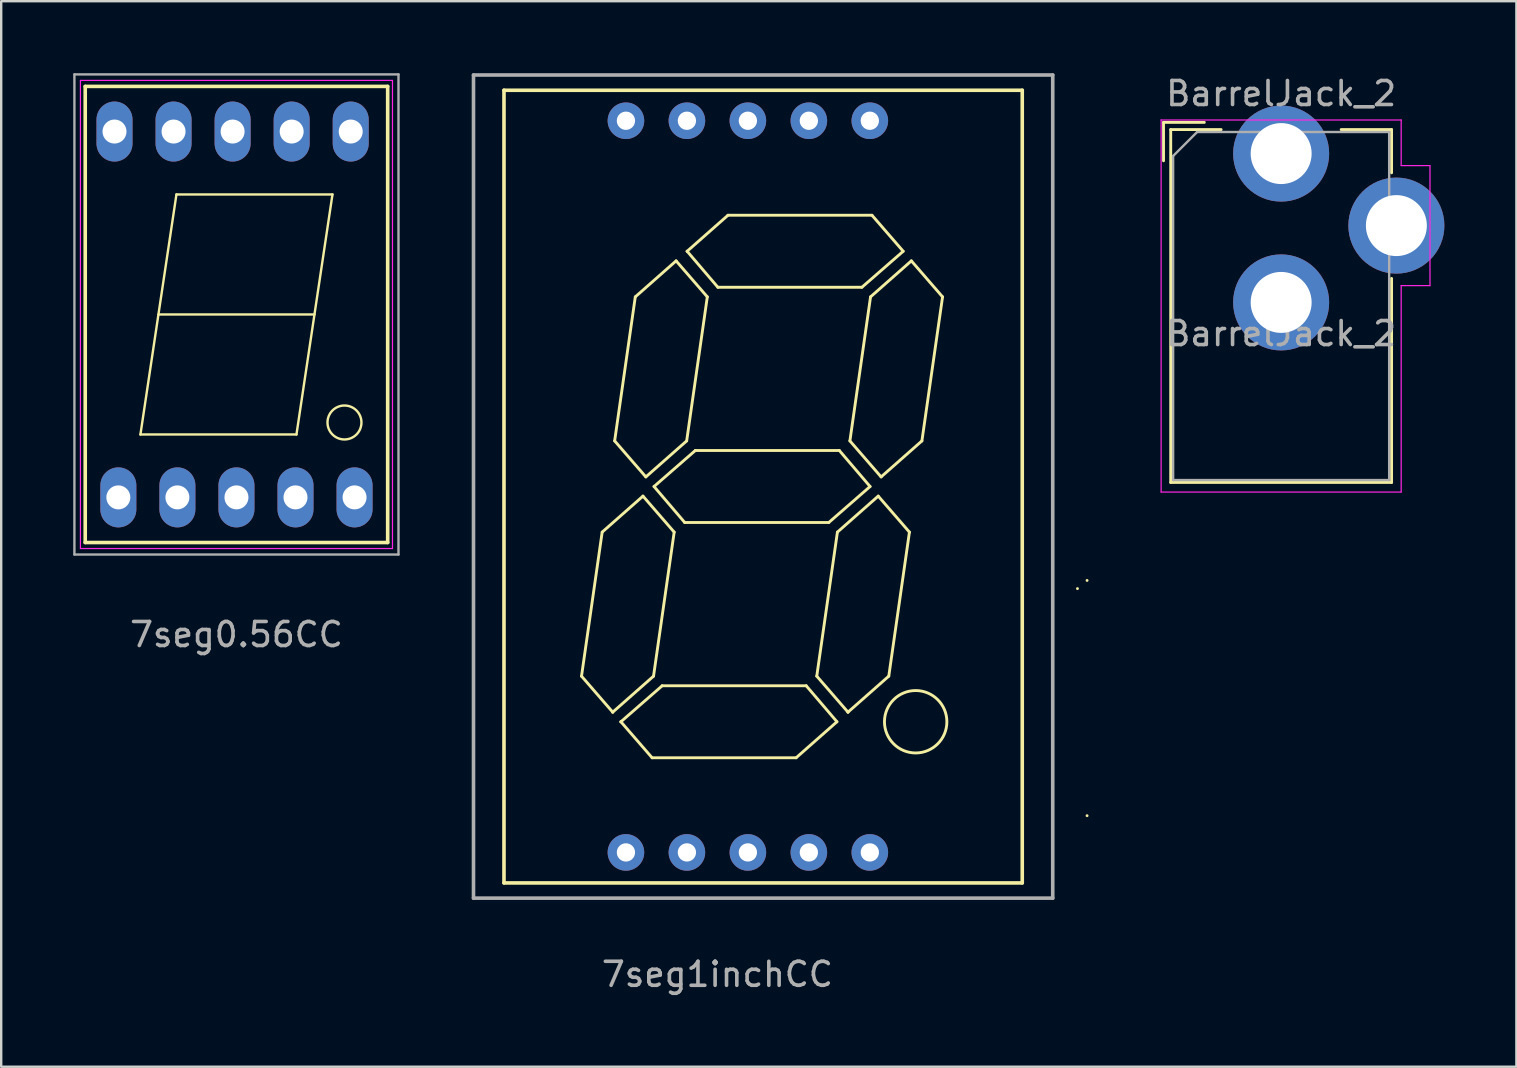
<source format=kicad_pcb>
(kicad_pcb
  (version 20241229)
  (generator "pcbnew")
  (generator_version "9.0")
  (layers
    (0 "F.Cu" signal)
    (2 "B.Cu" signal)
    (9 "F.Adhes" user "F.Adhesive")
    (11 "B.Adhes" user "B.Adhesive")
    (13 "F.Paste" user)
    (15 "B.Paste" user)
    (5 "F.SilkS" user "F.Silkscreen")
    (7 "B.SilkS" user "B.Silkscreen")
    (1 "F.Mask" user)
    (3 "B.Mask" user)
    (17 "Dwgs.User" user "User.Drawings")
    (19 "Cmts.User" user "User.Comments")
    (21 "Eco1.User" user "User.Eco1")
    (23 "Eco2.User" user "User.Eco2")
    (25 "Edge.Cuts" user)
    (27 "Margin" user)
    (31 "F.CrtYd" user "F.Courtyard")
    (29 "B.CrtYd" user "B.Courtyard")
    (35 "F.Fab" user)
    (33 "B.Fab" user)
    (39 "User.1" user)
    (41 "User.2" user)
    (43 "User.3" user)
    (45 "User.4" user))
  (footprint "BarrelJack_2"
    (layer "F.Cu")
    (at 50.32 3.348)
    (property "Reference" "BarrelJack_2" (at 0 -2.5 0) (layer "F.Fab") (effects (font (size 1 1) (thickness 0.15))))
    (attr through_hole)
    (fp_line (start -4.9 -1.3) (end -4.9 0.3) (stroke (width 0.12) (type solid)) (layer "F.SilkS"))
    (fp_line (start -4.6 -1) (end -2.5 -1) (stroke (width 0.12) (type solid)) (layer "F.SilkS"))
    (fp_line (start -4.6 13.7) (end -4.6 -1) (stroke (width 0.12) (type solid)) (layer "F.SilkS"))
    (fp_line (start -3.2 -1.3) (end -4.9 -1.3) (stroke (width 0.12) (type solid)) (layer "F.SilkS"))
    (fp_line (start 2.5 -1) (end 4.6 -1) (stroke (width 0.12) (type solid)) (layer "F.SilkS"))
    (fp_line (start 4.6 -1) (end 4.6 0.8) (stroke (width 0.12) (type solid)) (layer "F.SilkS"))
    (fp_line (start 4.6 5.2) (end 4.6 13.7) (stroke (width 0.12) (type solid)) (layer "F.SilkS"))
    (fp_line (start 4.6 13.7) (end -4.6 13.7) (stroke (width 0.12) (type solid)) (layer "F.SilkS"))
    (fp_line (start -5 -1.4) (end -5 14.1) (stroke (width 0.05) (type solid)) (layer "F.CrtYd"))
    (fp_line (start -5 14.1) (end 5 14.1) (stroke (width 0.05) (type solid)) (layer "F.CrtYd"))
    (fp_line (start 5 -1.4) (end -5 -1.4) (stroke (width 0.05) (type solid)) (layer "F.CrtYd"))
    (fp_line (start 5 0.5) (end 5 -1.4) (stroke (width 0.05) (type solid)) (layer "F.CrtYd"))
    (fp_line (start 5 14.1) (end 5 5.5) (stroke (width 0.05) (type solid)) (layer "F.CrtYd"))
    (fp_line (start 6.2 0.5) (end 5 0.5) (stroke (width 0.05) (type solid)) (layer "F.CrtYd"))
    (fp_line (start 6.2 0.5) (end 6.2 5.5) (stroke (width 0.05) (type solid)) (layer "F.CrtYd"))
    (fp_line (start 6.2 5.5) (end 5 5.5) (stroke (width 0.05) (type solid)) (layer "F.CrtYd"))
    (fp_line (start -4.5 0.1) (end -3.5 -0.9) (stroke (width 0.1) (type solid)) (layer "F.Fab"))
    (fp_line (start -4.5 13.6) (end -4.5 0.1) (stroke (width 0.1) (type solid)) (layer "F.Fab"))
    (fp_line (start 4.5 -0.9) (end -3.5 -0.9) (stroke (width 0.1) (type solid)) (layer "F.Fab"))
    (fp_line (start 4.5 -0.9) (end 4.5 13.6) (stroke (width 0.1) (type solid)) (layer "F.Fab"))
    (fp_line (start 4.5 13.6) (end -4.5 13.6) (stroke (width 0.1) (type solid)) (layer "F.Fab"))
    (fp_text user "${REFERENCE}" (at 0 7.5 0) (layer "F.Fab") (effects (font (size 1 1) (thickness 0.15))))
    (pad "1" thru_hole circle (at 0 0) (size 4 4) (drill 2.54) (layers "*.Cu" "*.Mask"))
    (pad "2" thru_hole circle (at 0 6.2) (size 4 4) (drill 2.54) (layers "*.Cu" "*.Mask"))
    (pad "3" thru_hole circle (at 4.8 3) (size 4 4) (drill 2.54) (layers "*.Cu" "*.Mask")))
  (footprint "7seg1inchCC"
    (layer "F.Cu")
    (at 26.835 17.22)
    (property "Reference" "7seg1inchCC" (at 0 20.32 0) (layer "F.Fab") (effects (font (size 1 1) (thickness 0.15))))
    (attr through_hole)
    (fp_line (start -8.89 -16.51) (end 12.7 -16.51) (stroke (width 0.15) (type solid)) (layer "F.SilkS"))
    (fp_line (start -8.89 16.51) (end -8.89 -16.51) (stroke (width 0.15) (type solid)) (layer "F.SilkS"))
    (fp_line (start -5.66 7.897) (end -4.36 9.397) (stroke (width 0.12) (type solid)) (layer "F.SilkS"))
    (fp_line (start -4.8 1.897) (end -5.66 7.897) (stroke (width 0.12) (type solid)) (layer "F.SilkS"))
    (fp_line (start -4.36 9.397) (end -4.36 9.397) (stroke (width 0.12) (type solid)) (layer "F.SilkS"))
    (fp_line (start -4.36 9.397) (end -2.66 7.897) (stroke (width 0.12) (type solid)) (layer "F.SilkS"))
    (fp_line (start -4.28 -1.903) (end -2.98 -0.403) (stroke (width 0.12) (type solid)) (layer "F.SilkS"))
    (fp_line (start -4.02 9.797) (end -4.02 9.797) (stroke (width 0.12) (type solid)) (layer "F.SilkS"))
    (fp_line (start -4.02 9.797) (end -2.3 8.297) (stroke (width 0.12) (type solid)) (layer "F.SilkS"))
    (fp_line (start -3.42 -7.903) (end -4.28 -1.903) (stroke (width 0.12) (type solid)) (layer "F.SilkS"))
    (fp_line (start -3.1 0.397) (end -4.8 1.897) (stroke (width 0.12) (type solid)) (layer "F.SilkS"))
    (fp_line (start -2.98 -0.403) (end -1.28 -1.903) (stroke (width 0.12) (type solid)) (layer "F.SilkS"))
    (fp_line (start -2.72 11.297) (end -4.02 9.797) (stroke (width 0.12) (type solid)) (layer "F.SilkS"))
    (fp_line (start -2.66 7.897) (end -1.8 1.897) (stroke (width 0.12) (type solid)) (layer "F.SilkS"))
    (fp_line (start -2.64 -0.003) (end -0.92 -1.503) (stroke (width 0.12) (type solid)) (layer "F.SilkS"))
    (fp_line (start -2.3 8.297) (end 3.7 8.297) (stroke (width 0.12) (type solid)) (layer "F.SilkS"))
    (fp_line (start -1.8 1.897) (end -3.1 0.397) (stroke (width 0.12) (type solid)) (layer "F.SilkS"))
    (fp_line (start -1.72 -9.403) (end -3.42 -7.903) (stroke (width 0.12) (type solid)) (layer "F.SilkS"))
    (fp_line (start -1.36 1.497) (end -2.64 -0.003) (stroke (width 0.12) (type solid)) (layer "F.SilkS"))
    (fp_line (start -1.28 -1.903) (end -0.42 -7.903) (stroke (width 0.12) (type solid)) (layer "F.SilkS"))
    (fp_line (start -1.26 -9.803) (end -1.26 -9.803) (stroke (width 0.12) (type solid)) (layer "F.SilkS"))
    (fp_line (start -1.26 -9.803) (end 0.44 -11.303) (stroke (width 0.12) (type solid)) (layer "F.SilkS"))
    (fp_line (start -0.92 -1.503) (end 5.08 -1.503) (stroke (width 0.12) (type solid)) (layer "F.SilkS"))
    (fp_line (start -0.42 -7.903) (end -1.72 -9.403) (stroke (width 0.12) (type solid)) (layer "F.SilkS"))
    (fp_line (start 0.02 -8.303) (end -1.26 -9.803) (stroke (width 0.12) (type solid)) (layer "F.SilkS"))
    (fp_line (start 0.44 -11.303) (end 6.44 -11.303) (stroke (width 0.12) (type solid)) (layer "F.SilkS"))
    (fp_line (start 3.28 11.297) (end -2.72 11.297) (stroke (width 0.12) (type solid)) (layer "F.SilkS"))
    (fp_line (start 3.7 8.297) (end 4.98 9.797) (stroke (width 0.12) (type solid)) (layer "F.SilkS"))
    (fp_line (start 4.14 7.897) (end 5.44 9.397) (stroke (width 0.12) (type solid)) (layer "F.SilkS"))
    (fp_line (start 4.64 1.497) (end -1.36 1.497) (stroke (width 0.12) (type solid)) (layer "F.SilkS"))
    (fp_line (start 4.98 9.797) (end 3.28 11.297) (stroke (width 0.12) (type solid)) (layer "F.SilkS"))
    (fp_line (start 5 1.897) (end 4.14 7.897) (stroke (width 0.12) (type solid)) (layer "F.SilkS"))
    (fp_line (start 5.08 -1.503) (end 6.36 -0.003) (stroke (width 0.12) (type solid)) (layer "F.SilkS"))
    (fp_line (start 5.44 9.397) (end 5.44 9.397) (stroke (width 0.12) (type solid)) (layer "F.SilkS"))
    (fp_line (start 5.44 9.397) (end 7.14 7.897) (stroke (width 0.12) (type solid)) (layer "F.SilkS"))
    (fp_line (start 5.52 -1.903) (end 6.82 -0.403) (stroke (width 0.12) (type solid)) (layer "F.SilkS"))
    (fp_line (start 6.02 -8.303) (end 0.02 -8.303) (stroke (width 0.12) (type solid)) (layer "F.SilkS"))
    (fp_line (start 6.36 -0.003) (end 4.64 1.497) (stroke (width 0.12) (type solid)) (layer "F.SilkS"))
    (fp_line (start 6.38 -7.903) (end 5.52 -1.903) (stroke (width 0.12) (type solid)) (layer "F.SilkS"))
    (fp_line (start 6.44 -11.303) (end 7.74 -9.803) (stroke (width 0.12) (type solid)) (layer "F.SilkS"))
    (fp_line (start 6.7 0.397) (end 5 1.897) (stroke (width 0.12) (type solid)) (layer "F.SilkS"))
    (fp_line (start 6.82 -0.403) (end 8.52 -1.903) (stroke (width 0.12) (type solid)) (layer "F.SilkS"))
    (fp_line (start 7.14 7.897) (end 8 1.897) (stroke (width 0.12) (type solid)) (layer "F.SilkS"))
    (fp_line (start 7.74 -9.803) (end 6.02 -8.303) (stroke (width 0.12) (type solid)) (layer "F.SilkS"))
    (fp_line (start 8 1.897) (end 6.7 0.397) (stroke (width 0.12) (type solid)) (layer "F.SilkS"))
    (fp_line (start 8.08 -9.403) (end 6.38 -7.903) (stroke (width 0.12) (type solid)) (layer "F.SilkS"))
    (fp_line (start 8.52 -1.903) (end 9.38 -7.903) (stroke (width 0.12) (type solid)) (layer "F.SilkS"))
    (fp_line (start 9.38 -7.903) (end 8.08 -9.403) (stroke (width 0.12) (type solid)) (layer "F.SilkS"))
    (fp_line (start 12.7 -16.51) (end 12.7 16.51) (stroke (width 0.15) (type solid)) (layer "F.SilkS"))
    (fp_line (start 12.7 16.51) (end -8.89 16.51) (stroke (width 0.15) (type solid)) (layer "F.SilkS"))
    (fp_line (start 15 4.25) (end 15 4.25) (stroke (width 0.12) (type solid)) (layer "F.SilkS"))
    (fp_line (start 15.4 3.91) (end 15.4 3.91) (stroke (width 0.12) (type solid)) (layer "F.SilkS"))
    (fp_line (start 15.4 13.71) (end 15.4 13.71) (stroke (width 0.12) (type solid)) (layer "F.SilkS"))
    (fp_circle (center 8.26 9.797) (end 8.26 8.497) (stroke (width 0.12) (type solid)) (fill no) (layer "F.SilkS"))
    (fp_line (start -10.16 -17.145) (end 13.97 -17.145) (stroke (width 0.15) (type solid)) (layer "F.Fab"))
    (fp_line (start -10.16 17.145) (end -10.16 -17.145) (stroke (width 0.15) (type solid)) (layer "F.Fab"))
    (fp_line (start 13.97 -17.145) (end 13.97 17.145) (stroke (width 0.15) (type solid)) (layer "F.Fab"))
    (fp_line (start 13.97 17.145) (end -10.16 17.145) (stroke (width 0.15) (type solid)) (layer "F.Fab"))
    (pad "1" thru_hole circle (at -3.81 15.24 180) (size 1.524 1.524) (drill 0.762) (layers "*.Cu" "*.Mask"))
    (pad "2" thru_hole circle (at -1.27 15.24 180) (size 1.524 1.524) (drill 0.762) (layers "*.Cu" "*.Mask"))
    (pad "3" thru_hole circle (at 1.27 15.24 180) (size 1.524 1.524) (drill 0.762) (layers "*.Cu" "*.Mask"))
    (pad "4" thru_hole circle (at 3.81 15.24 180) (size 1.524 1.524) (drill 0.762) (layers "*.Cu" "*.Mask"))
    (pad "5" thru_hole circle (at 6.35 15.24 180) (size 1.524 1.524) (drill 0.762) (layers "*.Cu" "*.Mask"))
    (pad "6" thru_hole circle (at 6.35 -15.24 180) (size 1.524 1.524) (drill 0.762) (layers "*.Cu" "*.Mask"))
    (pad "7" thru_hole circle (at 3.81 -15.24 180) (size 1.524 1.524) (drill 0.762) (layers "*.Cu" "*.Mask"))
    (pad "8" thru_hole circle (at 1.27 -15.24 180) (size 1.524 1.524) (drill 0.762) (layers "*.Cu" "*.Mask"))
    (pad "9" thru_hole circle (at -1.27 -15.24 180) (size 1.524 1.524) (drill 0.762) (layers "*.Cu" "*.Mask"))
    (pad "10" thru_hole circle (at -3.81 -15.24 180) (size 1.524 1.524) (drill 0.762) (layers "*.Cu" "*.Mask")))
  (footprint "7seg0.56CC"
    (layer "F.Cu")
    (at 6.8 10.05)
    (property "Reference" "7seg0.56CC" (at 0 13.335 0) (layer "F.Fab") (effects (font (size 1 1) (thickness 0.15))))
    (attr through_hole)
    (fp_line (start -6.3 -9.5) (end 6.3 -9.5) (stroke (width 0.15) (type solid)) (layer "F.SilkS"))
    (fp_line (start -6.3 9.5) (end -6.3 -9.5) (stroke (width 0.15) (type solid)) (layer "F.SilkS"))
    (fp_line (start -3.25 0) (end 3.25 0) (stroke (width 0.1) (type default)) (layer "F.SilkS"))
    (fp_line (start -2.5 -5) (end -4 5) (stroke (width 0.1) (type default)) (layer "F.SilkS"))
    (fp_line (start -2.5 -5) (end 4 -5) (stroke (width 0.1) (type default)) (layer "F.SilkS"))
    (fp_line (start 2.5 5) (end -4 5) (stroke (width 0.1) (type default)) (layer "F.SilkS"))
    (fp_line (start 4 -5) (end 2.5 5) (stroke (width 0.1) (type default)) (layer "F.SilkS"))
    (fp_line (start 6.3 -9.5) (end 6.3 9.5) (stroke (width 0.15) (type solid)) (layer "F.SilkS"))
    (fp_line (start 6.3 9.5) (end -6.3 9.5) (stroke (width 0.15) (type solid)) (layer "F.SilkS"))
    (fp_circle (center 4.5 4.5) (end 5 5) (stroke (width 0.1) (type default)) (fill no) (layer "F.SilkS"))
    (fp_line (start -6.5 -9.75) (end 6.5 -9.75) (stroke (width 0.05) (type default)) (layer "F.CrtYd"))
    (fp_line (start -6.5 9.75) (end -6.5 -9.75) (stroke (width 0.05) (type default)) (layer "F.CrtYd"))
    (fp_line (start 6.5 -9.75) (end 6.5 9.75) (stroke (width 0.05) (type default)) (layer "F.CrtYd"))
    (fp_line (start 6.5 9.75) (end -6.5 9.75) (stroke (width 0.05) (type default)) (layer "F.CrtYd"))
    (fp_line (start -6.75 -10) (end 6.75 -10) (stroke (width 0.1) (type default)) (layer "F.Fab"))
    (fp_line (start -6.75 10) (end -6.75 -10) (stroke (width 0.1) (type default)) (layer "F.Fab"))
    (fp_line (start 6.75 -10) (end 6.75 10) (stroke (width 0.1) (type default)) (layer "F.Fab"))
    (fp_line (start 6.75 10) (end -6.75 10) (stroke (width 0.1) (type default)) (layer "F.Fab"))
    (pad "1" thru_hole oval (at -4.92 7.62 180) (size 1.5 2.5) (drill 1) (layers "*.Cu" "*.Mask"))
    (pad "2" thru_hole oval (at -2.46 7.62 180) (size 1.5 2.5) (drill 1) (layers "*.Cu" "*.Mask"))
    (pad "3" thru_hole oval (at 0 7.62 180) (size 1.5 2.5) (drill 1) (layers "*.Cu" "*.Mask"))
    (pad "4" thru_hole oval (at 2.46 7.62 180) (size 1.5 2.5) (drill 1) (layers "*.Cu" "*.Mask"))
    (pad "5" thru_hole oval (at 4.92 7.62 180) (size 1.5 2.5) (drill 1) (layers "*.Cu" "*.Mask"))
    (pad "6" thru_hole oval (at 4.76 -7.62 180) (size 1.5 2.5) (drill 1) (layers "*.Cu" "*.Mask"))
    (pad "7" thru_hole oval (at 2.3 -7.62 180) (size 1.5 2.5) (drill 1) (layers "*.Cu" "*.Mask"))
    (pad "8" thru_hole oval (at -0.16 -7.62 180) (size 1.5 2.5) (drill 1) (layers "*.Cu" "*.Mask"))
    (pad "9" thru_hole oval (at -2.62 -7.62 180) (size 1.5 2.5) (drill 1) (layers "*.Cu" "*.Mask"))
    (pad "10" thru_hole oval (at -5.08 -7.62 180) (size 1.5 2.5) (drill 1) (layers "*.Cu" "*.Mask")))
  (gr_rect
    (start -3 -3)
    (end 60.12 41.388)
    (stroke (width 0.1) (type default))
    (fill no)
    (layer "Edge.Cuts")))
</source>
